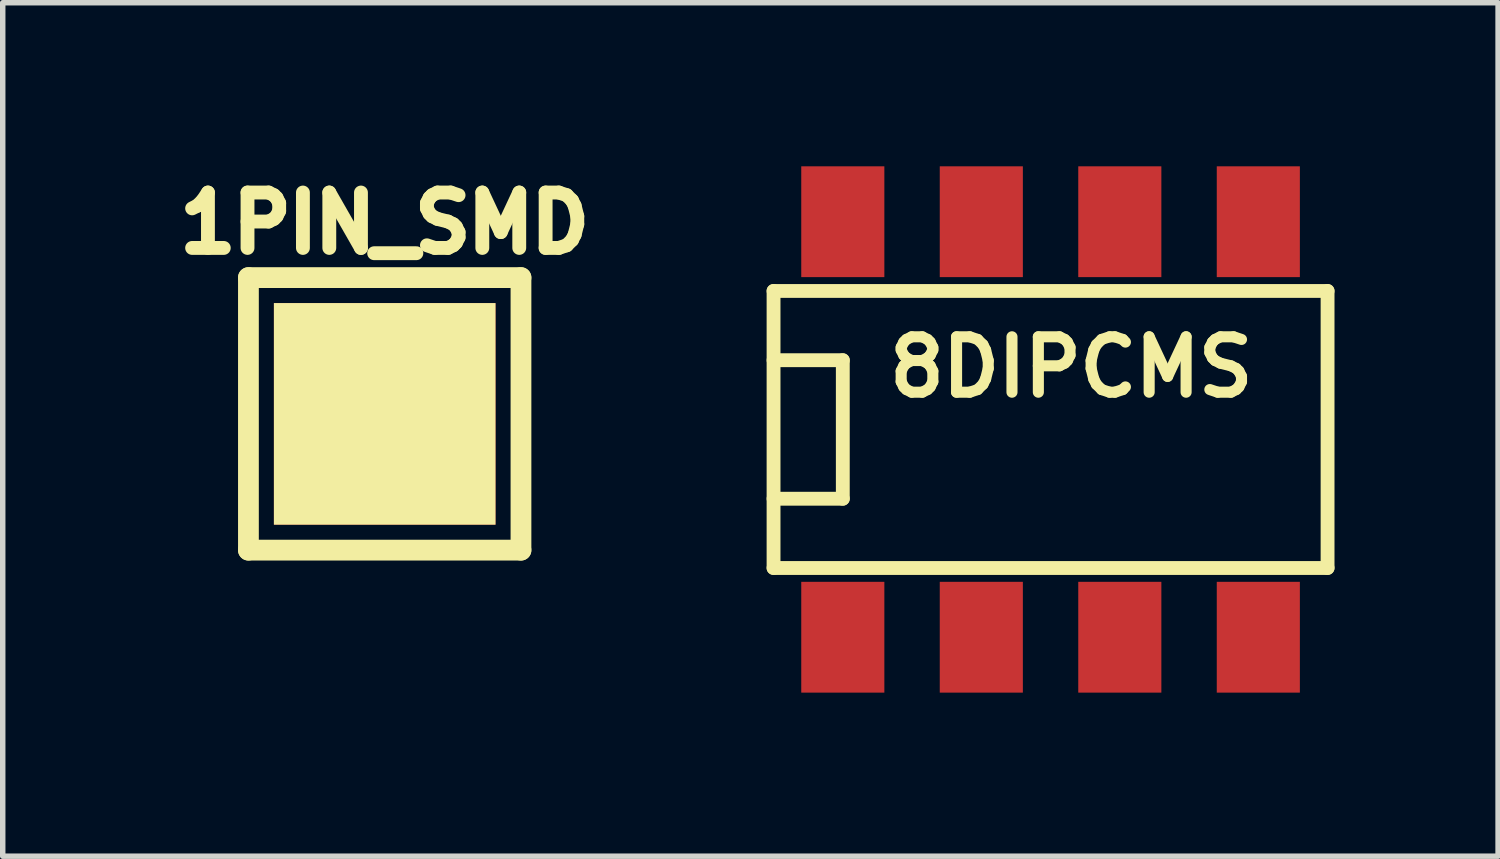
<source format=kicad_pcb>
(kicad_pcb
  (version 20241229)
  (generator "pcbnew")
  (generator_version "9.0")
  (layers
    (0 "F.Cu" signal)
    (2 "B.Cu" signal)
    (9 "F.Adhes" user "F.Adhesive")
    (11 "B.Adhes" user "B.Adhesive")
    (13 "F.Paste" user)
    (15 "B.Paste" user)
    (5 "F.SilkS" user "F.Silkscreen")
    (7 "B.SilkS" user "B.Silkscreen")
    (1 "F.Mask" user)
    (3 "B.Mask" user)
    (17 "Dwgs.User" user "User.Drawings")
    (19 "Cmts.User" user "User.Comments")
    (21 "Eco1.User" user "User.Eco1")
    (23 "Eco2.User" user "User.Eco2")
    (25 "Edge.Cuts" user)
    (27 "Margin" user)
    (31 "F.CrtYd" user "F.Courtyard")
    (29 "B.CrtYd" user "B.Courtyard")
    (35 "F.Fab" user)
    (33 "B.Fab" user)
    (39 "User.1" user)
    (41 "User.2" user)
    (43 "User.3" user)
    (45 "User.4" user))
  (footprint "8DIPCMS"
    (layer "F.Cu")
    (at 16.216 4.826)
    (property "Reference" "8DIPCMS" (at 0.381 -1.143 0) (layer "F.SilkS") (effects (font (size 1.016 1.016) (thickness 0.203))))
    (attr smd)
    (fp_line (start -5.08 -2.54) (end -5.08 2.54) (stroke (width 0.254) (type solid)) (layer "F.SilkS"))
    (fp_line (start -5.08 -1.27) (end -3.81 -1.27) (stroke (width 0.254) (type solid)) (layer "F.SilkS"))
    (fp_line (start -5.08 2.54) (end 5.08 2.54) (stroke (width 0.254) (type solid)) (layer "F.SilkS"))
    (fp_line (start -3.81 -1.27) (end -3.81 1.27) (stroke (width 0.254) (type solid)) (layer "F.SilkS"))
    (fp_line (start -3.81 1.27) (end -5.08 1.27) (stroke (width 0.254) (type solid)) (layer "F.SilkS"))
    (fp_line (start 5.08 -2.54) (end -5.08 -2.54) (stroke (width 0.254) (type solid)) (layer "F.SilkS"))
    (fp_line (start 5.08 2.54) (end 5.08 -2.54) (stroke (width 0.254) (type solid)) (layer "F.SilkS"))
    (pad "1" smd rect (at -3.81 3.81) (size 1.524 2.032) (layers "F.Cu" "F.Mask" "F.Paste"))
    (pad "2" smd rect (at -1.27 3.81) (size 1.524 2.032) (layers "F.Cu" "F.Mask" "F.Paste"))
    (pad "3" smd rect (at 1.27 3.81) (size 1.524 2.032) (layers "F.Cu" "F.Mask" "F.Paste"))
    (pad "4" smd rect (at 3.81 3.81) (size 1.524 2.032) (layers "F.Cu" "F.Mask" "F.Paste"))
    (pad "5" smd rect (at 3.81 -3.81) (size 1.524 2.032) (layers "F.Cu" "F.Mask" "F.Paste"))
    (pad "6" smd rect (at 1.27 -3.81) (size 1.524 2.032) (layers "F.Cu" "F.Mask" "F.Paste"))
    (pad "7" smd rect (at -1.27 -3.81) (size 1.524 2.032) (layers "F.Cu" "F.Mask" "F.Paste"))
    (pad "8" smd rect (at -3.81 -3.81) (size 1.524 2.032) (layers "F.Cu" "F.Mask" "F.Paste")))
  (footprint "1PIN_SMD"
    (layer "F.Cu")
    (at 4.005 4.54)
    (property "Reference" "1PIN_SMD" (at 0 -3.5 0) (layer "F.SilkS") (effects (font (size 1.016 1.016) (thickness 0.254))))
    (attr through_hole)
    (fp_line (start -2.499 -2.499) (end 2.499 -2.499) (stroke (width 0.381) (type solid)) (layer "F.SilkS"))
    (fp_line (start -2.499 2.499) (end -2.499 -2.499) (stroke (width 0.381) (type solid)) (layer "F.SilkS"))
    (fp_line (start 2.499 -2.499) (end 2.499 2.499) (stroke (width 0.381) (type solid)) (layer "F.SilkS"))
    (fp_line (start 2.499 2.499) (end -2.499 2.499) (stroke (width 0.381) (type solid)) (layer "F.SilkS"))
    (pad "1" smd rect (at 0 0) (size 4.064 4.064) (layers "F.Cu" "F.Mask" "F.SilkS" "F.Paste")))
  (gr_rect
    (start -3 -3)
    (end 24.423 12.652)
    (stroke (width 0.1) (type default))
    (fill no)
    (layer "Edge.Cuts")))
</source>
